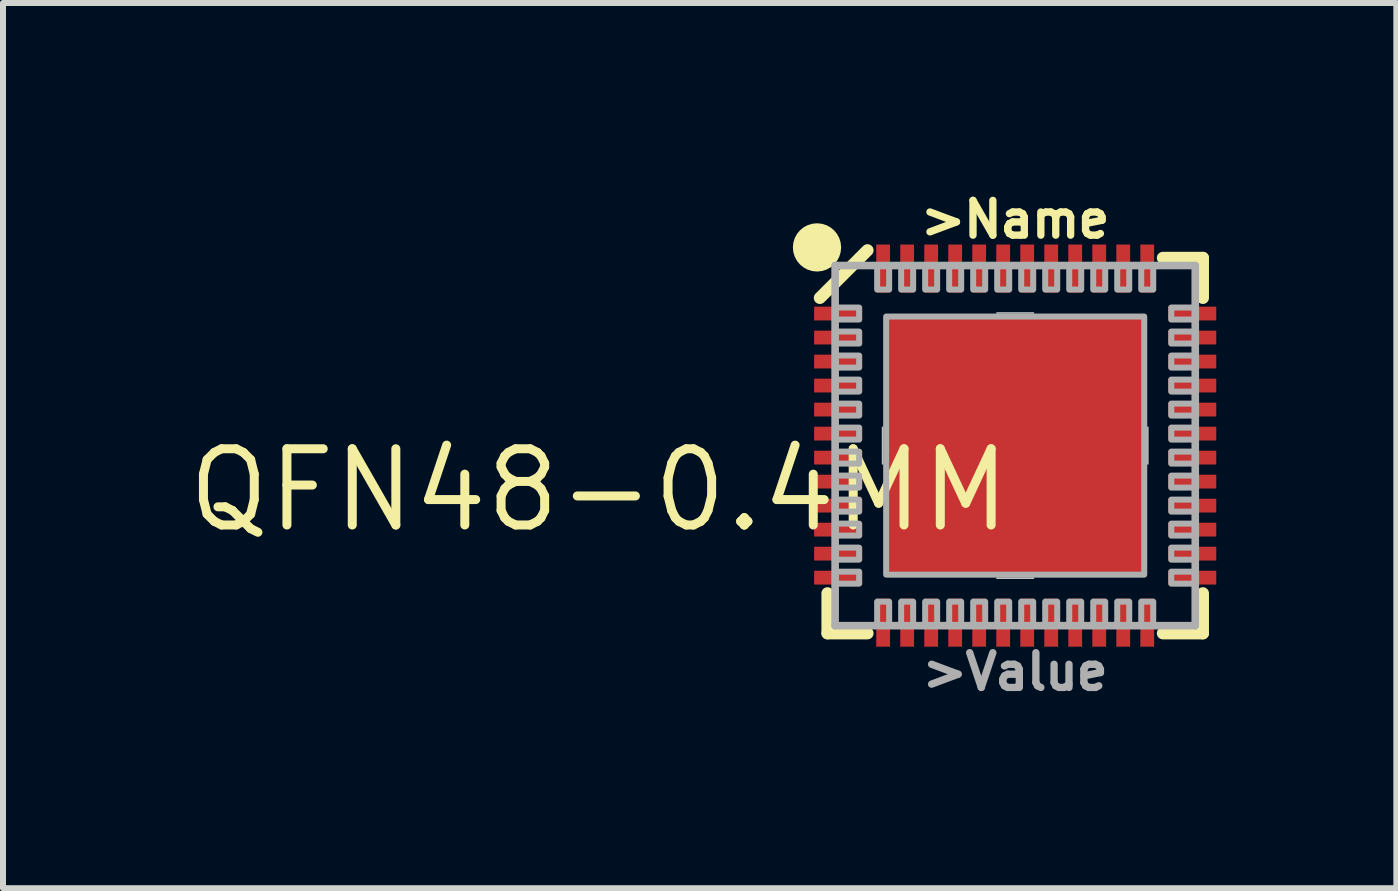
<source format=kicad_pcb>
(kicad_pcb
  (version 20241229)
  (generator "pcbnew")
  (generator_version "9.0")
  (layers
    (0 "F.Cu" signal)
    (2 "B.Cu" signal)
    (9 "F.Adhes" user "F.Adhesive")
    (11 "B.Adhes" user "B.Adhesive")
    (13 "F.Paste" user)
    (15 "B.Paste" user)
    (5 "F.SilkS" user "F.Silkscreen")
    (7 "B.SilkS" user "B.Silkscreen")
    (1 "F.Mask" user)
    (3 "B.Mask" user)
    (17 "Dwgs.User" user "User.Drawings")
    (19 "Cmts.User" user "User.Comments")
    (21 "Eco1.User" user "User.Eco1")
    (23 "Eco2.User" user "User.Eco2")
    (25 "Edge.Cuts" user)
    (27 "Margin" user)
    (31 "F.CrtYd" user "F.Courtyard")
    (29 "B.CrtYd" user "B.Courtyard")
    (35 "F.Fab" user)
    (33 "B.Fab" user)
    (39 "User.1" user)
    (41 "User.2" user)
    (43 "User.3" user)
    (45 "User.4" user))
  (footprint "QFN48-0.4MM"
    (layer "F.Cu")
    (at 13.864 4.374)
    (property "Reference" "QFN48-0.4MM" (at 0 0 0) (layer "F.SilkS") (effects (font (size 1.27 1.27) (thickness 0.15)) (justify right top)))
    (attr through_hole)
    (fp_line (start -3.127 2.461) (end -3.127 3.127) (stroke (width 0.203) (type solid)) (layer "F.SilkS"))
    (fp_line (start -3.127 3.127) (end -2.461 3.127) (stroke (width 0.203) (type solid)) (layer "F.SilkS"))
    (fp_line (start -2.461 -3.254) (end -3.254 -2.461) (stroke (width 0.203) (type solid)) (layer "F.SilkS"))
    (fp_line (start 2.461 3.127) (end 3.127 3.127) (stroke (width 0.203) (type solid)) (layer "F.SilkS"))
    (fp_line (start 3.127 -3.127) (end 2.461 -3.127) (stroke (width 0.203) (type solid)) (layer "F.SilkS"))
    (fp_line (start 3.127 -2.461) (end 3.127 -3.127) (stroke (width 0.203) (type solid)) (layer "F.SilkS"))
    (fp_line (start 3.127 3.127) (end 3.127 2.461) (stroke (width 0.203) (type solid)) (layer "F.SilkS"))
    (fp_circle (center -3.302 -3.302) (end -3.101 -3.302) (stroke (width 0.402) (type solid)) (fill no) (layer "F.SilkS"))
    (fp_poly (pts (xy -0.315 0.315) (xy -1.835 0.315) (xy -1.835 1.835) (xy -0.315 1.835)) (stroke (width 0) (type solid)) (fill yes) (layer "F.Paste"))
    (fp_poly (pts (xy -0.315 -0.315) (xy -0.315 -1.835) (xy -1.835 -1.835) (xy -1.835 -0.315)) (stroke (width 0) (type solid)) (fill yes) (layer "F.Paste"))
    (fp_poly (pts (xy 0.315 0.315) (xy 0.315 1.835) (xy 1.835 1.835) (xy 1.835 0.315)) (stroke (width 0) (type solid)) (fill yes) (layer "F.Paste"))
    (fp_poly (pts (xy 0.315 -0.315) (xy 1.835 -0.315) (xy 1.835 -1.835) (xy 0.315 -1.835)) (stroke (width 0) (type solid)) (fill yes) (layer "F.Paste"))
    (fp_line (start -2.21 0.305) (end -2.21 -0.305) (stroke (width 0.025) (type solid)) (layer "Dwgs.User"))
    (fp_line (start -0.305 -2.21) (end 0.305 -2.21) (stroke (width 0.025) (type solid)) (layer "Dwgs.User"))
    (fp_line (start 0.305 2.21) (end -0.305 2.21) (stroke (width 0.025) (type solid)) (layer "Dwgs.User"))
    (fp_line (start 2.21 -0.305) (end 2.21 0.305) (stroke (width 0.025) (type solid)) (layer "Dwgs.User"))
    (fp_line (start -3 -3) (end -3 3) (stroke (width 0.127) (type solid)) (layer "F.Fab"))
    (fp_line (start -3 3) (end 3 3) (stroke (width 0.127) (type solid)) (layer "F.Fab"))
    (fp_line (start 3 -3) (end -3 -3) (stroke (width 0.127) (type solid)) (layer "F.Fab"))
    (fp_line (start 3 3) (end 3 -3) (stroke (width 0.127) (type solid)) (layer "F.Fab"))
    (fp_poly (pts (xy -3 -2.1) (xy -2.6 -2.1) (xy -2.6 -2.3) (xy -3 -2.3)) (stroke (width 0.1) (type solid)) (fill no) (layer "F.Fab"))
    (fp_poly (pts (xy -3 -1.7) (xy -2.6 -1.7) (xy -2.6 -1.9) (xy -3 -1.9)) (stroke (width 0.1) (type solid)) (fill no) (layer "F.Fab"))
    (fp_poly (pts (xy -3 -1.3) (xy -2.6 -1.3) (xy -2.6 -1.5) (xy -3 -1.5)) (stroke (width 0.1) (type solid)) (fill no) (layer "F.Fab"))
    (fp_poly (pts (xy -3 -0.9) (xy -2.6 -0.9) (xy -2.6 -1.1) (xy -3 -1.1)) (stroke (width 0.1) (type solid)) (fill no) (layer "F.Fab"))
    (fp_poly (pts (xy -3 -0.5) (xy -2.6 -0.5) (xy -2.6 -0.7) (xy -3 -0.7)) (stroke (width 0.1) (type solid)) (fill no) (layer "F.Fab"))
    (fp_poly (pts (xy -3 -0.1) (xy -2.6 -0.1) (xy -2.6 -0.3) (xy -3 -0.3)) (stroke (width 0.1) (type solid)) (fill no) (layer "F.Fab"))
    (fp_poly (pts (xy -3 0.3) (xy -2.6 0.3) (xy -2.6 0.1) (xy -3 0.1)) (stroke (width 0.1) (type solid)) (fill no) (layer "F.Fab"))
    (fp_poly (pts (xy -3 0.7) (xy -2.6 0.7) (xy -2.6 0.5) (xy -3 0.5)) (stroke (width 0.1) (type solid)) (fill no) (layer "F.Fab"))
    (fp_poly (pts (xy -3 1.1) (xy -2.6 1.1) (xy -2.6 0.9) (xy -3 0.9)) (stroke (width 0.1) (type solid)) (fill no) (layer "F.Fab"))
    (fp_poly (pts (xy -3 1.5) (xy -2.6 1.5) (xy -2.6 1.3) (xy -3 1.3)) (stroke (width 0.1) (type solid)) (fill no) (layer "F.Fab"))
    (fp_poly (pts (xy -3 1.9) (xy -2.6 1.9) (xy -2.6 1.7) (xy -3 1.7)) (stroke (width 0.1) (type solid)) (fill no) (layer "F.Fab"))
    (fp_poly (pts (xy -3 2.3) (xy -2.6 2.3) (xy -2.6 2.1) (xy -3 2.1)) (stroke (width 0.1) (type solid)) (fill no) (layer "F.Fab"))
    (fp_poly (pts (xy -2.3 -3) (xy -2.3 -2.6) (xy -2.1 -2.6) (xy -2.1 -3)) (stroke (width 0.1) (type solid)) (fill no) (layer "F.Fab"))
    (fp_poly (pts (xy -2.1 3) (xy -2.1 2.6) (xy -2.3 2.6) (xy -2.3 3)) (stroke (width 0.1) (type solid)) (fill no) (layer "F.Fab"))
    (fp_poly (pts (xy -1.9 -3) (xy -1.9 -2.6) (xy -1.7 -2.6) (xy -1.7 -3)) (stroke (width 0.1) (type solid)) (fill no) (layer "F.Fab"))
    (fp_poly (pts (xy -1.7 3) (xy -1.7 2.6) (xy -1.9 2.6) (xy -1.9 3)) (stroke (width 0.1) (type solid)) (fill no) (layer "F.Fab"))
    (fp_poly (pts (xy -1.5 -3) (xy -1.5 -2.6) (xy -1.3 -2.6) (xy -1.3 -3)) (stroke (width 0.1) (type solid)) (fill no) (layer "F.Fab"))
    (fp_poly (pts (xy -1.3 3) (xy -1.3 2.6) (xy -1.5 2.6) (xy -1.5 3)) (stroke (width 0.1) (type solid)) (fill no) (layer "F.Fab"))
    (fp_poly (pts (xy -1.1 -3) (xy -1.1 -2.6) (xy -0.9 -2.6) (xy -0.9 -3)) (stroke (width 0.1) (type solid)) (fill no) (layer "F.Fab"))
    (fp_poly (pts (xy -0.9 3) (xy -0.9 2.6) (xy -1.1 2.6) (xy -1.1 3)) (stroke (width 0.1) (type solid)) (fill no) (layer "F.Fab"))
    (fp_poly (pts (xy -0.7 -3) (xy -0.7 -2.6) (xy -0.5 -2.6) (xy -0.5 -3)) (stroke (width 0.1) (type solid)) (fill no) (layer "F.Fab"))
    (fp_poly (pts (xy -0.5 3) (xy -0.5 2.6) (xy -0.7 2.6) (xy -0.7 3)) (stroke (width 0.1) (type solid)) (fill no) (layer "F.Fab"))
    (fp_poly (pts (xy -0.3 -3) (xy -0.3 -2.6) (xy -0.1 -2.6) (xy -0.1 -3)) (stroke (width 0.1) (type solid)) (fill no) (layer "F.Fab"))
    (fp_poly (pts (xy -0.1 3) (xy -0.1 2.6) (xy -0.3 2.6) (xy -0.3 3)) (stroke (width 0.1) (type solid)) (fill no) (layer "F.Fab"))
    (fp_poly (pts (xy 0.1 -3) (xy 0.1 -2.6) (xy 0.3 -2.6) (xy 0.3 -3)) (stroke (width 0.1) (type solid)) (fill no) (layer "F.Fab"))
    (fp_poly (pts (xy 0.3 3) (xy 0.3 2.6) (xy 0.1 2.6) (xy 0.1 3)) (stroke (width 0.1) (type solid)) (fill no) (layer "F.Fab"))
    (fp_poly (pts (xy 0.5 -3) (xy 0.5 -2.6) (xy 0.7 -2.6) (xy 0.7 -3)) (stroke (width 0.1) (type solid)) (fill no) (layer "F.Fab"))
    (fp_poly (pts (xy 0.7 3) (xy 0.7 2.6) (xy 0.5 2.6) (xy 0.5 3)) (stroke (width 0.1) (type solid)) (fill no) (layer "F.Fab"))
    (fp_poly (pts (xy 0.9 -3) (xy 0.9 -2.6) (xy 1.1 -2.6) (xy 1.1 -3)) (stroke (width 0.1) (type solid)) (fill no) (layer "F.Fab"))
    (fp_poly (pts (xy 1.1 3) (xy 1.1 2.6) (xy 0.9 2.6) (xy 0.9 3)) (stroke (width 0.1) (type solid)) (fill no) (layer "F.Fab"))
    (fp_poly (pts (xy 1.3 -3) (xy 1.3 -2.6) (xy 1.5 -2.6) (xy 1.5 -3)) (stroke (width 0.1) (type solid)) (fill no) (layer "F.Fab"))
    (fp_poly (pts (xy 1.5 3) (xy 1.5 2.6) (xy 1.3 2.6) (xy 1.3 3)) (stroke (width 0.1) (type solid)) (fill no) (layer "F.Fab"))
    (fp_poly (pts (xy 1.7 -3) (xy 1.7 -2.6) (xy 1.9 -2.6) (xy 1.9 -3)) (stroke (width 0.1) (type solid)) (fill no) (layer "F.Fab"))
    (fp_poly (pts (xy 1.9 3) (xy 1.9 2.6) (xy 1.7 2.6) (xy 1.7 3)) (stroke (width 0.1) (type solid)) (fill no) (layer "F.Fab"))
    (fp_poly (pts (xy 2.1 -3) (xy 2.1 -2.6) (xy 2.3 -2.6) (xy 2.3 -3)) (stroke (width 0.1) (type solid)) (fill no) (layer "F.Fab"))
    (fp_poly (pts (xy 2.15 -2.15) (xy -2.15 -2.15) (xy -2.15 2.15) (xy 2.15 2.15)) (stroke (width 0.1) (type solid)) (fill no) (layer "F.Fab"))
    (fp_poly (pts (xy 2.3 3) (xy 2.3 2.6) (xy 2.1 2.6) (xy 2.1 3)) (stroke (width 0.1) (type solid)) (fill no) (layer "F.Fab"))
    (fp_poly (pts (xy 3 -2.3) (xy 2.6 -2.3) (xy 2.6 -2.1) (xy 3 -2.1)) (stroke (width 0.1) (type solid)) (fill no) (layer "F.Fab"))
    (fp_poly (pts (xy 3 -1.9) (xy 2.6 -1.9) (xy 2.6 -1.7) (xy 3 -1.7)) (stroke (width 0.1) (type solid)) (fill no) (layer "F.Fab"))
    (fp_poly (pts (xy 3 -1.5) (xy 2.6 -1.5) (xy 2.6 -1.3) (xy 3 -1.3)) (stroke (width 0.1) (type solid)) (fill no) (layer "F.Fab"))
    (fp_poly (pts (xy 3 -1.1) (xy 2.6 -1.1) (xy 2.6 -0.9) (xy 3 -0.9)) (stroke (width 0.1) (type solid)) (fill no) (layer "F.Fab"))
    (fp_poly (pts (xy 3 -0.7) (xy 2.6 -0.7) (xy 2.6 -0.5) (xy 3 -0.5)) (stroke (width 0.1) (type solid)) (fill no) (layer "F.Fab"))
    (fp_poly (pts (xy 3 -0.3) (xy 2.6 -0.3) (xy 2.6 -0.1) (xy 3 -0.1)) (stroke (width 0.1) (type solid)) (fill no) (layer "F.Fab"))
    (fp_poly (pts (xy 3 0.1) (xy 2.6 0.1) (xy 2.6 0.3) (xy 3 0.3)) (stroke (width 0.1) (type solid)) (fill no) (layer "F.Fab"))
    (fp_poly (pts (xy 3 0.5) (xy 2.6 0.5) (xy 2.6 0.7) (xy 3 0.7)) (stroke (width 0.1) (type solid)) (fill no) (layer "F.Fab"))
    (fp_poly (pts (xy 3 0.9) (xy 2.6 0.9) (xy 2.6 1.1) (xy 3 1.1)) (stroke (width 0.1) (type solid)) (fill no) (layer "F.Fab"))
    (fp_poly (pts (xy 3 1.3) (xy 2.6 1.3) (xy 2.6 1.5) (xy 3 1.5)) (stroke (width 0.1) (type solid)) (fill no) (layer "F.Fab"))
    (fp_poly (pts (xy 3 1.7) (xy 2.6 1.7) (xy 2.6 1.9) (xy 3 1.9)) (stroke (width 0.1) (type solid)) (fill no) (layer "F.Fab"))
    (fp_poly (pts (xy 3 2.1) (xy 2.6 2.1) (xy 2.6 2.3) (xy 3 2.3)) (stroke (width 0.1) (type solid)) (fill no) (layer "F.Fab"))
    (fp_text user ">Name" (at 0 -3.429 0) (layer "F.SilkS") (effects (font (size 0.579 0.579) (thickness 0.122)) (justify bottom)))
    (fp_text user ">Value" (at 0 3.429 0) (layer "F.Fab") (effects (font (size 0.579 0.579) (thickness 0.122)) (justify top)))
    (pad "1" smd rect (at -2.95 -2.2 270) (size 0.23 0.8) (layers "F.Cu" "F.Mask" "F.Paste"))
    (pad "2" smd rect (at -2.95 -1.8 270) (size 0.23 0.8) (layers "F.Cu" "F.Mask" "F.Paste"))
    (pad "3" smd rect (at -2.95 -1.4 270) (size 0.23 0.8) (layers "F.Cu" "F.Mask" "F.Paste"))
    (pad "4" smd rect (at -2.95 -1 270) (size 0.23 0.8) (layers "F.Cu" "F.Mask" "F.Paste"))
    (pad "5" smd rect (at -2.95 -0.6 270) (size 0.23 0.8) (layers "F.Cu" "F.Mask" "F.Paste"))
    (pad "6" smd rect (at -2.95 -0.2 270) (size 0.23 0.8) (layers "F.Cu" "F.Mask" "F.Paste"))
    (pad "7" smd rect (at -2.95 0.2 270) (size 0.23 0.8) (layers "F.Cu" "F.Mask" "F.Paste"))
    (pad "8" smd rect (at -2.95 0.6 270) (size 0.23 0.8) (layers "F.Cu" "F.Mask" "F.Paste"))
    (pad "9" smd rect (at -2.95 1 270) (size 0.23 0.8) (layers "F.Cu" "F.Mask" "F.Paste"))
    (pad "10" smd rect (at -2.95 1.4 270) (size 0.23 0.8) (layers "F.Cu" "F.Mask" "F.Paste"))
    (pad "11" smd rect (at -2.95 1.8 270) (size 0.23 0.8) (layers "F.Cu" "F.Mask" "F.Paste"))
    (pad "12" smd rect (at -2.95 2.2 270) (size 0.23 0.8) (layers "F.Cu" "F.Mask" "F.Paste"))
    (pad "13" smd rect (at -2.2 2.95) (size 0.23 0.8) (layers "F.Cu" "F.Mask" "F.Paste"))
    (pad "14" smd rect (at -1.8 2.95) (size 0.23 0.8) (layers "F.Cu" "F.Mask" "F.Paste"))
    (pad "15" smd rect (at -1.4 2.95) (size 0.23 0.8) (layers "F.Cu" "F.Mask" "F.Paste"))
    (pad "16" smd rect (at -1 2.95) (size 0.23 0.8) (layers "F.Cu" "F.Mask" "F.Paste"))
    (pad "17" smd rect (at -0.6 2.95) (size 0.23 0.8) (layers "F.Cu" "F.Mask" "F.Paste"))
    (pad "18" smd rect (at -0.2 2.95) (size 0.23 0.8) (layers "F.Cu" "F.Mask" "F.Paste"))
    (pad "19" smd rect (at 0.2 2.95) (size 0.23 0.8) (layers "F.Cu" "F.Mask" "F.Paste"))
    (pad "20" smd rect (at 0.6 2.95) (size 0.23 0.8) (layers "F.Cu" "F.Mask" "F.Paste"))
    (pad "21" smd rect (at 1 2.95) (size 0.23 0.8) (layers "F.Cu" "F.Mask" "F.Paste"))
    (pad "22" smd rect (at 1.4 2.95) (size 0.23 0.8) (layers "F.Cu" "F.Mask" "F.Paste"))
    (pad "23" smd rect (at 1.8 2.95) (size 0.23 0.8) (layers "F.Cu" "F.Mask" "F.Paste"))
    (pad "24" smd rect (at 2.2 2.95) (size 0.23 0.8) (layers "F.Cu" "F.Mask" "F.Paste"))
    (pad "25" smd rect (at 2.95 2.2 90) (size 0.23 0.8) (layers "F.Cu" "F.Mask" "F.Paste"))
    (pad "26" smd rect (at 2.95 1.8 90) (size 0.23 0.8) (layers "F.Cu" "F.Mask" "F.Paste"))
    (pad "27" smd rect (at 2.95 1.4 90) (size 0.23 0.8) (layers "F.Cu" "F.Mask" "F.Paste"))
    (pad "28" smd rect (at 2.95 1 90) (size 0.23 0.8) (layers "F.Cu" "F.Mask" "F.Paste"))
    (pad "29" smd rect (at 2.95 0.6 90) (size 0.23 0.8) (layers "F.Cu" "F.Mask" "F.Paste"))
    (pad "30" smd rect (at 2.95 0.2 90) (size 0.23 0.8) (layers "F.Cu" "F.Mask" "F.Paste"))
    (pad "31" smd rect (at 2.95 -0.2 90) (size 0.23 0.8) (layers "F.Cu" "F.Mask" "F.Paste"))
    (pad "32" smd rect (at 2.95 -0.6 90) (size 0.23 0.8) (layers "F.Cu" "F.Mask" "F.Paste"))
    (pad "33" smd rect (at 2.95 -1 90) (size 0.23 0.8) (layers "F.Cu" "F.Mask" "F.Paste"))
    (pad "34" smd rect (at 2.95 -1.4 90) (size 0.23 0.8) (layers "F.Cu" "F.Mask" "F.Paste"))
    (pad "35" smd rect (at 2.95 -1.8 90) (size 0.23 0.8) (layers "F.Cu" "F.Mask" "F.Paste"))
    (pad "36" smd rect (at 2.95 -2.2 90) (size 0.23 0.8) (layers "F.Cu" "F.Mask" "F.Paste"))
    (pad "37" smd rect (at 2.2 -2.95 180) (size 0.23 0.8) (layers "F.Cu" "F.Mask" "F.Paste"))
    (pad "38" smd rect (at 1.8 -2.95 180) (size 0.23 0.8) (layers "F.Cu" "F.Mask" "F.Paste"))
    (pad "39" smd rect (at 1.4 -2.95 180) (size 0.23 0.8) (layers "F.Cu" "F.Mask" "F.Paste"))
    (pad "40" smd rect (at 1 -2.95 180) (size 0.23 0.8) (layers "F.Cu" "F.Mask" "F.Paste"))
    (pad "41" smd rect (at 0.6 -2.95 180) (size 0.23 0.8) (layers "F.Cu" "F.Mask" "F.Paste"))
    (pad "42" smd rect (at 0.2 -2.95 180) (size 0.23 0.8) (layers "F.Cu" "F.Mask" "F.Paste"))
    (pad "43" smd rect (at -0.2 -2.95 180) (size 0.23 0.8) (layers "F.Cu" "F.Mask" "F.Paste"))
    (pad "44" smd rect (at -0.6 -2.95 180) (size 0.23 0.8) (layers "F.Cu" "F.Mask" "F.Paste"))
    (pad "45" smd rect (at -1 -2.95 180) (size 0.23 0.8) (layers "F.Cu" "F.Mask" "F.Paste"))
    (pad "46" smd rect (at -1.4 -2.95 180) (size 0.23 0.8) (layers "F.Cu" "F.Mask" "F.Paste"))
    (pad "47" smd rect (at -1.8 -2.95 180) (size 0.23 0.8) (layers "F.Cu" "F.Mask" "F.Paste"))
    (pad "48" smd rect (at -2.2 -2.95 180) (size 0.23 0.8) (layers "F.Cu" "F.Mask" "F.Paste"))
    (pad "EP" smd rect (at 0 0) (size 4.3 4.3) (layers "F.Cu" "F.Mask")))
  (gr_rect
    (start -3 -3)
    (end 20.214 11.748)
    (stroke (width 0.1) (type default))
    (fill no)
    (layer "Edge.Cuts")))
</source>
